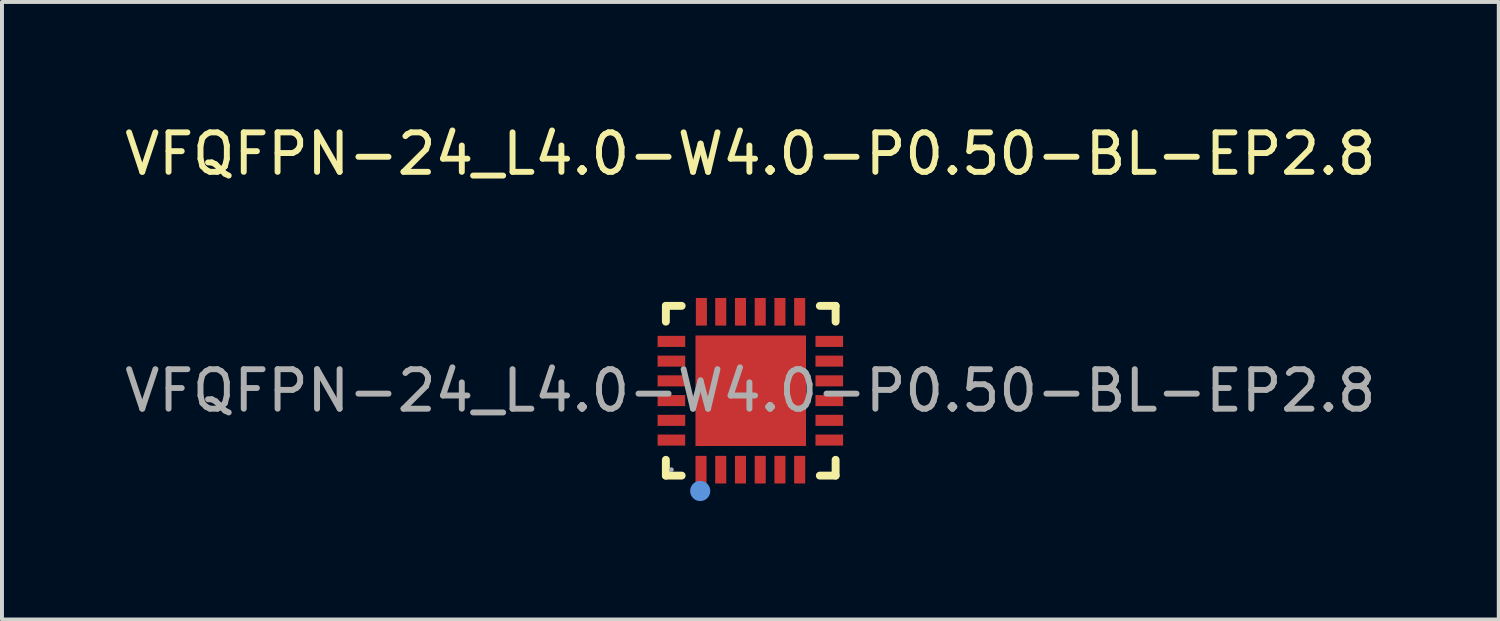
<source format=kicad_pcb>
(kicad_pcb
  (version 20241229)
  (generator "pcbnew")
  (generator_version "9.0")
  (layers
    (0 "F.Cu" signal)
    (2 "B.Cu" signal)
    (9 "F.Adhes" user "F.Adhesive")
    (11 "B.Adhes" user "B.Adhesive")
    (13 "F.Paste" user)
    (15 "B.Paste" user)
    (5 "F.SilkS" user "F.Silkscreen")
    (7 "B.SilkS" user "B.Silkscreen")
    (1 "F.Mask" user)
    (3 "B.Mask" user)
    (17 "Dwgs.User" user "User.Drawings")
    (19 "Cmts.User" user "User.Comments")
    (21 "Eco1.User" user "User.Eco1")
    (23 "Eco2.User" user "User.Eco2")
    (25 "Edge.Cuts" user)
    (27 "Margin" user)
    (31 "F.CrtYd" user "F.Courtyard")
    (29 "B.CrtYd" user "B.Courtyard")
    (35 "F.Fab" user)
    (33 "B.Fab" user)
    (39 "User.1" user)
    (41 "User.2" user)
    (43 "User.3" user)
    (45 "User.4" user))
  (footprint "VFQFPN-24_L4.0-W4.0-P0.50-BL-EP2.8"
    (layer "F.Cu")
    (at 15.958 6.848)
    (property "Reference" "VFQFPN-24_L4.0-W4.0-P0.50-BL-EP2.8" (at 0 -6 0) (layer "F.SilkS") (effects (font (size 1 1) (thickness 0.15))))
    (attr smd)
    (fp_line (start -2.14 -2.15) (end -1.74 -2.15) (stroke (width 0.2) (type solid)) (layer "F.SilkS"))
    (fp_line (start -2.14 -1.75) (end -2.14 -2.15) (stroke (width 0.2) (type solid)) (layer "F.SilkS"))
    (fp_line (start -2.14 2.15) (end -2.14 1.75) (stroke (width 0.2) (type solid)) (layer "F.SilkS"))
    (fp_line (start -1.74 2.15) (end -2.14 2.15) (stroke (width 0.2) (type solid)) (layer "F.SilkS"))
    (fp_line (start 2.16 -2.15) (end 1.76 -2.15) (stroke (width 0.2) (type solid)) (layer "F.SilkS"))
    (fp_line (start 2.16 -1.75) (end 2.16 -2.15) (stroke (width 0.2) (type solid)) (layer "F.SilkS"))
    (fp_line (start 2.16 1.75) (end 2.16 2.15) (stroke (width 0.2) (type solid)) (layer "F.SilkS"))
    (fp_line (start 2.16 2.15) (end 1.76 2.15) (stroke (width 0.2) (type solid)) (layer "F.SilkS"))
    (fp_circle (center -1.27 2.54) (end -1.14 2.54) (stroke (width 0.25) (type solid)) (fill no) (layer "Cmts.User"))
    (fp_circle (center -2 2) (end -1.97 2) (stroke (width 0.06) (type solid)) (fill no) (layer "F.Fab"))
    (fp_text user "${REFERENCE}" (at 0 0 0) (layer "F.Fab") (effects (font (size 1 1) (thickness 0.15))))
    (pad "1" smd rect (at -1.25 2 180) (size 0.28 0.7) (layers "F.Cu" "F.Mask" "F.Paste"))
    (pad "2" smd rect (at -0.75 2 180) (size 0.28 0.7) (layers "F.Cu" "F.Mask" "F.Paste"))
    (pad "3" smd rect (at -0.25 2 180) (size 0.28 0.7) (layers "F.Cu" "F.Mask" "F.Paste"))
    (pad "4" smd rect (at 0.25 2 180) (size 0.28 0.7) (layers "F.Cu" "F.Mask" "F.Paste"))
    (pad "5" smd rect (at 0.75 2 180) (size 0.28 0.7) (layers "F.Cu" "F.Mask" "F.Paste"))
    (pad "6" smd rect (at 1.25 2 180) (size 0.28 0.7) (layers "F.Cu" "F.Mask" "F.Paste"))
    (pad "7" smd rect (at 2 1.25 90) (size 0.28 0.7) (layers "F.Cu" "F.Mask" "F.Paste"))
    (pad "8" smd rect (at 2 0.75 90) (size 0.28 0.7) (layers "F.Cu" "F.Mask" "F.Paste"))
    (pad "9" smd rect (at 2 0.25 90) (size 0.28 0.7) (layers "F.Cu" "F.Mask" "F.Paste"))
    (pad "10" smd rect (at 2 -0.25 90) (size 0.28 0.7) (layers "F.Cu" "F.Mask" "F.Paste"))
    (pad "11" smd rect (at 2 -0.75 90) (size 0.28 0.7) (layers "F.Cu" "F.Mask" "F.Paste"))
    (pad "12" smd rect (at 2 -1.25 90) (size 0.28 0.7) (layers "F.Cu" "F.Mask" "F.Paste"))
    (pad "13" smd rect (at 1.25 -2 180) (size 0.28 0.7) (layers "F.Cu" "F.Mask" "F.Paste"))
    (pad "14" smd rect (at 0.75 -2 180) (size 0.28 0.7) (layers "F.Cu" "F.Mask" "F.Paste"))
    (pad "15" smd rect (at 0.25 -2 180) (size 0.28 0.7) (layers "F.Cu" "F.Mask" "F.Paste"))
    (pad "16" smd rect (at -0.25 -2 180) (size 0.28 0.7) (layers "F.Cu" "F.Mask" "F.Paste"))
    (pad "17" smd rect (at -0.75 -2 180) (size 0.28 0.7) (layers "F.Cu" "F.Mask" "F.Paste"))
    (pad "18" smd rect (at -1.24 -2 180) (size 0.28 0.7) (layers "F.Cu" "F.Mask" "F.Paste"))
    (pad "19" smd rect (at -2 -1.25 90) (size 0.28 0.7) (layers "F.Cu" "F.Mask" "F.Paste"))
    (pad "20" smd rect (at -2 -0.75 90) (size 0.28 0.7) (layers "F.Cu" "F.Mask" "F.Paste"))
    (pad "21" smd rect (at -2 -0.25 90) (size 0.28 0.7) (layers "F.Cu" "F.Mask" "F.Paste"))
    (pad "22" smd rect (at -2 0.25 90) (size 0.28 0.7) (layers "F.Cu" "F.Mask" "F.Paste"))
    (pad "23" smd rect (at -2 0.75 90) (size 0.28 0.7) (layers "F.Cu" "F.Mask" "F.Paste"))
    (pad "24" smd rect (at -2 1.25 90) (size 0.28 0.7) (layers "F.Cu" "F.Mask" "F.Paste"))
    (pad "25" smd rect (at 0.01 0 90) (size 2.8 2.8) (layers "F.Cu" "F.Mask" "F.Paste")))
  (gr_rect
    (start -3 -3)
    (end 34.917 12.643)
    (stroke (width 0.1) (type default))
    (fill no)
    (layer "Edge.Cuts")))
</source>
